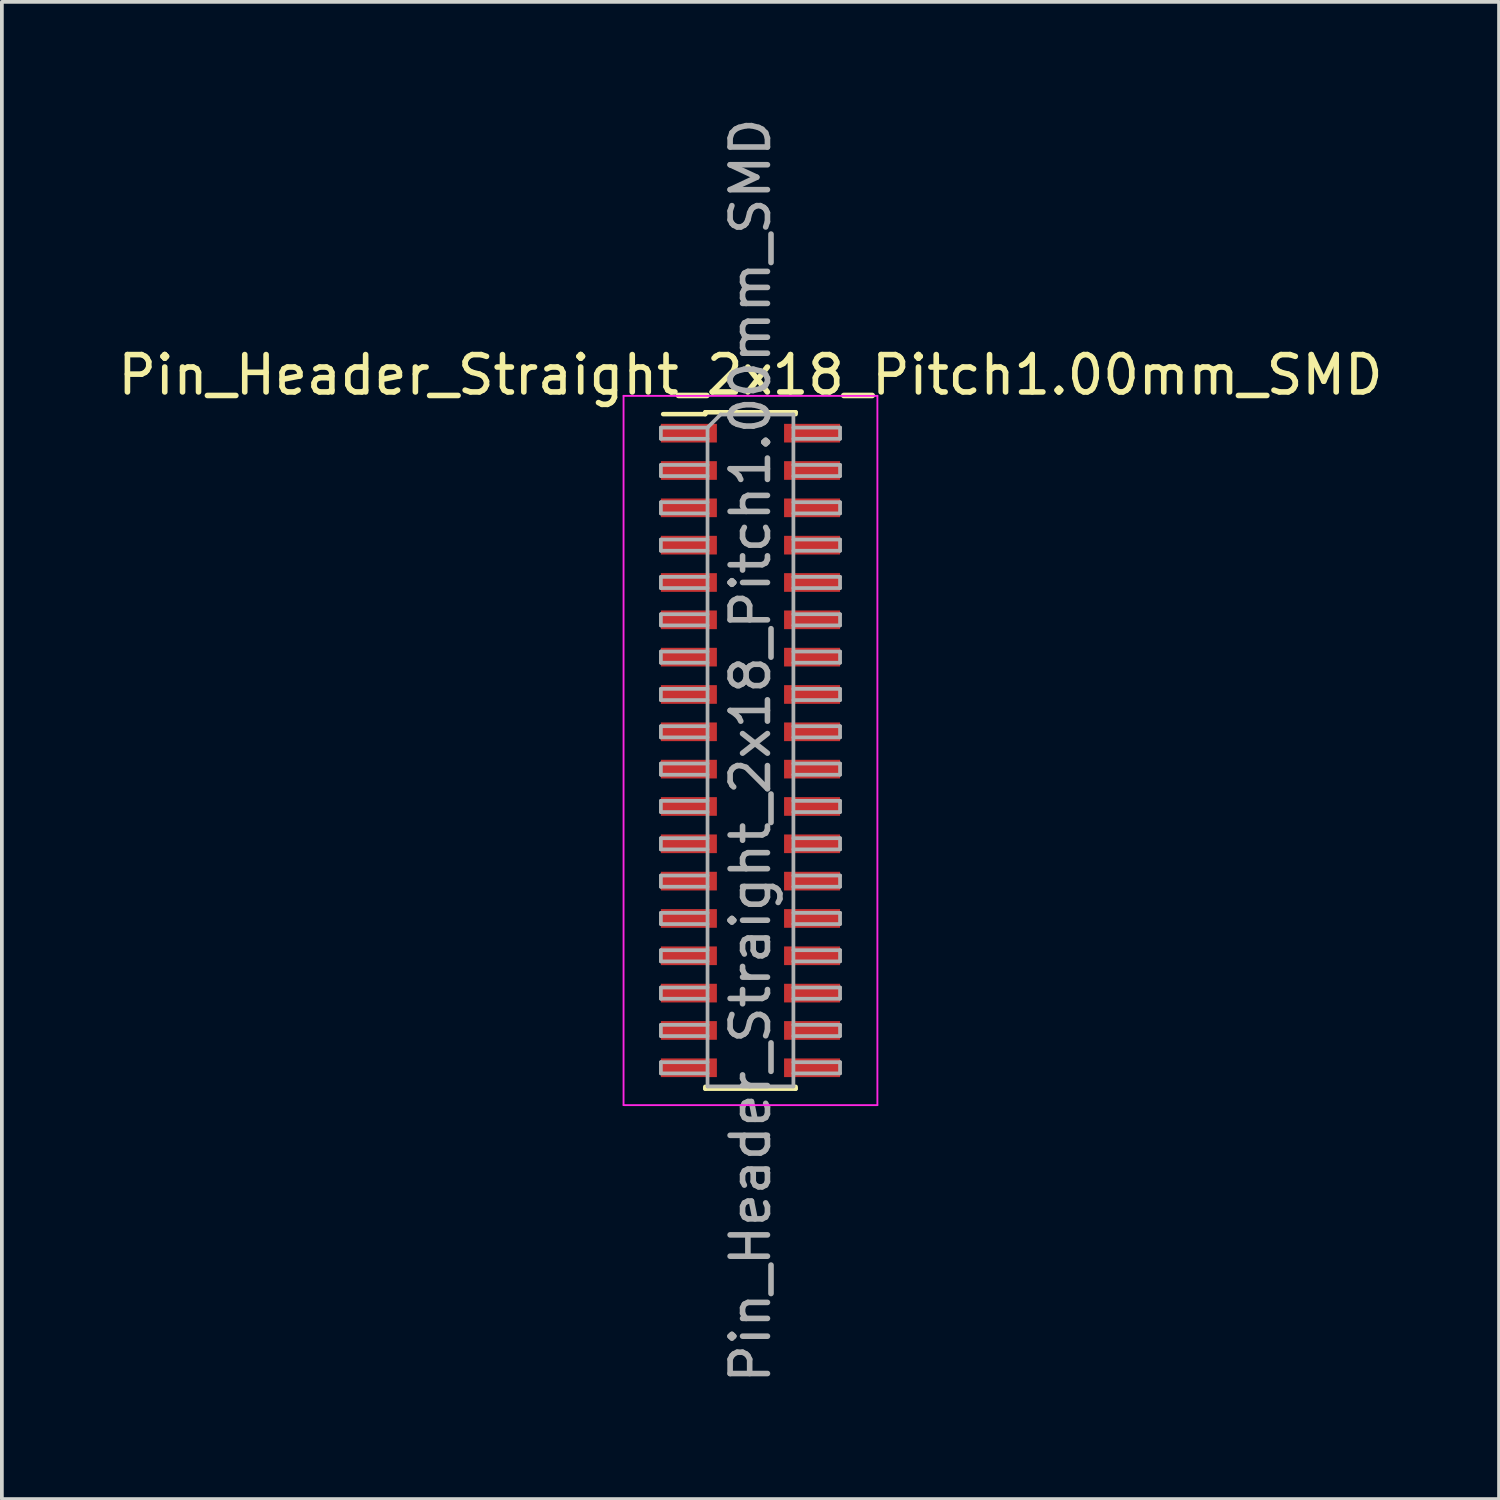
<source format=kicad_pcb>
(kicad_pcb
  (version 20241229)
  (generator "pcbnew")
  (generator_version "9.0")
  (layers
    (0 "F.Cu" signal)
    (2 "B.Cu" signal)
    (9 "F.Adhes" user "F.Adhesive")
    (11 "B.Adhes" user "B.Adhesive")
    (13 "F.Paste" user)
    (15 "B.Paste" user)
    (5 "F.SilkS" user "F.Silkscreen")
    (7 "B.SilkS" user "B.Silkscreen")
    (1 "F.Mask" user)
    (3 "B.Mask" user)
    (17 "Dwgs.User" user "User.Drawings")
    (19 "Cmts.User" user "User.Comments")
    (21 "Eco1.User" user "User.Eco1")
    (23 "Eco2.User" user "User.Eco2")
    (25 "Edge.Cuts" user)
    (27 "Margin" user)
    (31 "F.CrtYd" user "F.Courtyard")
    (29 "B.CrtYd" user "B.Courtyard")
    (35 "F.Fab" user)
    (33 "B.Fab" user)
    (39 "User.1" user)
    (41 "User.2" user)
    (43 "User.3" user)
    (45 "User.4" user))
  (footprint "Pin_Header_Straight_2x18_Pitch1.00mm_SMD"
    (layer "F.Cu")
    (at 17.054 17.054)
    (property "Reference" "Pin_Header_Straight_2x18_Pitch1.00mm_SMD" (at 0 -10.06 0) (layer "F.SilkS") (effects (font (size 1 1) (thickness 0.15))))
    (attr smd)
    (fp_line (start -2.34 -9.01) (end -1.21 -9.01) (stroke (width 0.12) (type solid)) (layer "F.SilkS"))
    (fp_line (start -1.21 -9.06) (end -1.21 -9.01) (stroke (width 0.12) (type solid)) (layer "F.SilkS"))
    (fp_line (start -1.21 -9.06) (end 1.21 -9.06) (stroke (width 0.12) (type solid)) (layer "F.SilkS"))
    (fp_line (start -1.21 9.01) (end -1.21 9.06) (stroke (width 0.12) (type solid)) (layer "F.SilkS"))
    (fp_line (start -1.21 9.06) (end 1.21 9.06) (stroke (width 0.12) (type solid)) (layer "F.SilkS"))
    (fp_line (start 1.21 -9.06) (end 1.21 -9.01) (stroke (width 0.12) (type solid)) (layer "F.SilkS"))
    (fp_line (start 1.21 9.01) (end 1.21 9.06) (stroke (width 0.12) (type solid)) (layer "F.SilkS"))
    (fp_line (start -3.4 -9.5) (end -3.4 9.5) (stroke (width 0.05) (type solid)) (layer "F.CrtYd"))
    (fp_line (start -3.4 9.5) (end 3.4 9.5) (stroke (width 0.05) (type solid)) (layer "F.CrtYd"))
    (fp_line (start 3.4 -9.5) (end -3.4 -9.5) (stroke (width 0.05) (type solid)) (layer "F.CrtYd"))
    (fp_line (start 3.4 9.5) (end 3.4 -9.5) (stroke (width 0.05) (type solid)) (layer "F.CrtYd"))
    (fp_line (start -2.4 -8.65) (end -2.4 -8.35) (stroke (width 0.1) (type solid)) (layer "F.Fab"))
    (fp_line (start -2.4 -8.35) (end -1.15 -8.35) (stroke (width 0.1) (type solid)) (layer "F.Fab"))
    (fp_line (start -2.4 -7.65) (end -2.4 -7.35) (stroke (width 0.1) (type solid)) (layer "F.Fab"))
    (fp_line (start -2.4 -7.35) (end -1.15 -7.35) (stroke (width 0.1) (type solid)) (layer "F.Fab"))
    (fp_line (start -2.4 -6.65) (end -2.4 -6.35) (stroke (width 0.1) (type solid)) (layer "F.Fab"))
    (fp_line (start -2.4 -6.35) (end -1.15 -6.35) (stroke (width 0.1) (type solid)) (layer "F.Fab"))
    (fp_line (start -2.4 -5.65) (end -2.4 -5.35) (stroke (width 0.1) (type solid)) (layer "F.Fab"))
    (fp_line (start -2.4 -5.35) (end -1.15 -5.35) (stroke (width 0.1) (type solid)) (layer "F.Fab"))
    (fp_line (start -2.4 -4.65) (end -2.4 -4.35) (stroke (width 0.1) (type solid)) (layer "F.Fab"))
    (fp_line (start -2.4 -4.35) (end -1.15 -4.35) (stroke (width 0.1) (type solid)) (layer "F.Fab"))
    (fp_line (start -2.4 -3.65) (end -2.4 -3.35) (stroke (width 0.1) (type solid)) (layer "F.Fab"))
    (fp_line (start -2.4 -3.35) (end -1.15 -3.35) (stroke (width 0.1) (type solid)) (layer "F.Fab"))
    (fp_line (start -2.4 -2.65) (end -2.4 -2.35) (stroke (width 0.1) (type solid)) (layer "F.Fab"))
    (fp_line (start -2.4 -2.35) (end -1.15 -2.35) (stroke (width 0.1) (type solid)) (layer "F.Fab"))
    (fp_line (start -2.4 -1.65) (end -2.4 -1.35) (stroke (width 0.1) (type solid)) (layer "F.Fab"))
    (fp_line (start -2.4 -1.35) (end -1.15 -1.35) (stroke (width 0.1) (type solid)) (layer "F.Fab"))
    (fp_line (start -2.4 -0.65) (end -2.4 -0.35) (stroke (width 0.1) (type solid)) (layer "F.Fab"))
    (fp_line (start -2.4 -0.35) (end -1.15 -0.35) (stroke (width 0.1) (type solid)) (layer "F.Fab"))
    (fp_line (start -2.4 0.35) (end -2.4 0.65) (stroke (width 0.1) (type solid)) (layer "F.Fab"))
    (fp_line (start -2.4 0.65) (end -1.15 0.65) (stroke (width 0.1) (type solid)) (layer "F.Fab"))
    (fp_line (start -2.4 1.35) (end -2.4 1.65) (stroke (width 0.1) (type solid)) (layer "F.Fab"))
    (fp_line (start -2.4 1.65) (end -1.15 1.65) (stroke (width 0.1) (type solid)) (layer "F.Fab"))
    (fp_line (start -2.4 2.35) (end -2.4 2.65) (stroke (width 0.1) (type solid)) (layer "F.Fab"))
    (fp_line (start -2.4 2.65) (end -1.15 2.65) (stroke (width 0.1) (type solid)) (layer "F.Fab"))
    (fp_line (start -2.4 3.35) (end -2.4 3.65) (stroke (width 0.1) (type solid)) (layer "F.Fab"))
    (fp_line (start -2.4 3.65) (end -1.15 3.65) (stroke (width 0.1) (type solid)) (layer "F.Fab"))
    (fp_line (start -2.4 4.35) (end -2.4 4.65) (stroke (width 0.1) (type solid)) (layer "F.Fab"))
    (fp_line (start -2.4 4.65) (end -1.15 4.65) (stroke (width 0.1) (type solid)) (layer "F.Fab"))
    (fp_line (start -2.4 5.35) (end -2.4 5.65) (stroke (width 0.1) (type solid)) (layer "F.Fab"))
    (fp_line (start -2.4 5.65) (end -1.15 5.65) (stroke (width 0.1) (type solid)) (layer "F.Fab"))
    (fp_line (start -2.4 6.35) (end -2.4 6.65) (stroke (width 0.1) (type solid)) (layer "F.Fab"))
    (fp_line (start -2.4 6.65) (end -1.15 6.65) (stroke (width 0.1) (type solid)) (layer "F.Fab"))
    (fp_line (start -2.4 7.35) (end -2.4 7.65) (stroke (width 0.1) (type solid)) (layer "F.Fab"))
    (fp_line (start -2.4 7.65) (end -1.15 7.65) (stroke (width 0.1) (type solid)) (layer "F.Fab"))
    (fp_line (start -2.4 8.35) (end -2.4 8.65) (stroke (width 0.1) (type solid)) (layer "F.Fab"))
    (fp_line (start -2.4 8.65) (end -1.15 8.65) (stroke (width 0.1) (type solid)) (layer "F.Fab"))
    (fp_line (start -1.15 -8.65) (end -2.4 -8.65) (stroke (width 0.1) (type solid)) (layer "F.Fab"))
    (fp_line (start -1.15 -8.65) (end -0.8 -9) (stroke (width 0.1) (type solid)) (layer "F.Fab"))
    (fp_line (start -1.15 -7.65) (end -2.4 -7.65) (stroke (width 0.1) (type solid)) (layer "F.Fab"))
    (fp_line (start -1.15 -6.65) (end -2.4 -6.65) (stroke (width 0.1) (type solid)) (layer "F.Fab"))
    (fp_line (start -1.15 -5.65) (end -2.4 -5.65) (stroke (width 0.1) (type solid)) (layer "F.Fab"))
    (fp_line (start -1.15 -4.65) (end -2.4 -4.65) (stroke (width 0.1) (type solid)) (layer "F.Fab"))
    (fp_line (start -1.15 -3.65) (end -2.4 -3.65) (stroke (width 0.1) (type solid)) (layer "F.Fab"))
    (fp_line (start -1.15 -2.65) (end -2.4 -2.65) (stroke (width 0.1) (type solid)) (layer "F.Fab"))
    (fp_line (start -1.15 -1.65) (end -2.4 -1.65) (stroke (width 0.1) (type solid)) (layer "F.Fab"))
    (fp_line (start -1.15 -0.65) (end -2.4 -0.65) (stroke (width 0.1) (type solid)) (layer "F.Fab"))
    (fp_line (start -1.15 0.35) (end -2.4 0.35) (stroke (width 0.1) (type solid)) (layer "F.Fab"))
    (fp_line (start -1.15 1.35) (end -2.4 1.35) (stroke (width 0.1) (type solid)) (layer "F.Fab"))
    (fp_line (start -1.15 2.35) (end -2.4 2.35) (stroke (width 0.1) (type solid)) (layer "F.Fab"))
    (fp_line (start -1.15 3.35) (end -2.4 3.35) (stroke (width 0.1) (type solid)) (layer "F.Fab"))
    (fp_line (start -1.15 4.35) (end -2.4 4.35) (stroke (width 0.1) (type solid)) (layer "F.Fab"))
    (fp_line (start -1.15 5.35) (end -2.4 5.35) (stroke (width 0.1) (type solid)) (layer "F.Fab"))
    (fp_line (start -1.15 6.35) (end -2.4 6.35) (stroke (width 0.1) (type solid)) (layer "F.Fab"))
    (fp_line (start -1.15 7.35) (end -2.4 7.35) (stroke (width 0.1) (type solid)) (layer "F.Fab"))
    (fp_line (start -1.15 8.35) (end -2.4 8.35) (stroke (width 0.1) (type solid)) (layer "F.Fab"))
    (fp_line (start -1.15 9) (end -1.15 -8.65) (stroke (width 0.1) (type solid)) (layer "F.Fab"))
    (fp_line (start -0.8 -9) (end 1.15 -9) (stroke (width 0.1) (type solid)) (layer "F.Fab"))
    (fp_line (start 1.15 -9) (end 1.15 9) (stroke (width 0.1) (type solid)) (layer "F.Fab"))
    (fp_line (start 1.15 -8.65) (end 2.4 -8.65) (stroke (width 0.1) (type solid)) (layer "F.Fab"))
    (fp_line (start 1.15 -7.65) (end 2.4 -7.65) (stroke (width 0.1) (type solid)) (layer "F.Fab"))
    (fp_line (start 1.15 -6.65) (end 2.4 -6.65) (stroke (width 0.1) (type solid)) (layer "F.Fab"))
    (fp_line (start 1.15 -5.65) (end 2.4 -5.65) (stroke (width 0.1) (type solid)) (layer "F.Fab"))
    (fp_line (start 1.15 -4.65) (end 2.4 -4.65) (stroke (width 0.1) (type solid)) (layer "F.Fab"))
    (fp_line (start 1.15 -3.65) (end 2.4 -3.65) (stroke (width 0.1) (type solid)) (layer "F.Fab"))
    (fp_line (start 1.15 -2.65) (end 2.4 -2.65) (stroke (width 0.1) (type solid)) (layer "F.Fab"))
    (fp_line (start 1.15 -1.65) (end 2.4 -1.65) (stroke (width 0.1) (type solid)) (layer "F.Fab"))
    (fp_line (start 1.15 -0.65) (end 2.4 -0.65) (stroke (width 0.1) (type solid)) (layer "F.Fab"))
    (fp_line (start 1.15 0.35) (end 2.4 0.35) (stroke (width 0.1) (type solid)) (layer "F.Fab"))
    (fp_line (start 1.15 1.35) (end 2.4 1.35) (stroke (width 0.1) (type solid)) (layer "F.Fab"))
    (fp_line (start 1.15 2.35) (end 2.4 2.35) (stroke (width 0.1) (type solid)) (layer "F.Fab"))
    (fp_line (start 1.15 3.35) (end 2.4 3.35) (stroke (width 0.1) (type solid)) (layer "F.Fab"))
    (fp_line (start 1.15 4.35) (end 2.4 4.35) (stroke (width 0.1) (type solid)) (layer "F.Fab"))
    (fp_line (start 1.15 5.35) (end 2.4 5.35) (stroke (width 0.1) (type solid)) (layer "F.Fab"))
    (fp_line (start 1.15 6.35) (end 2.4 6.35) (stroke (width 0.1) (type solid)) (layer "F.Fab"))
    (fp_line (start 1.15 7.35) (end 2.4 7.35) (stroke (width 0.1) (type solid)) (layer "F.Fab"))
    (fp_line (start 1.15 8.35) (end 2.4 8.35) (stroke (width 0.1) (type solid)) (layer "F.Fab"))
    (fp_line (start 1.15 9) (end -1.15 9) (stroke (width 0.1) (type solid)) (layer "F.Fab"))
    (fp_line (start 2.4 -8.65) (end 2.4 -8.35) (stroke (width 0.1) (type solid)) (layer "F.Fab"))
    (fp_line (start 2.4 -8.35) (end 1.15 -8.35) (stroke (width 0.1) (type solid)) (layer "F.Fab"))
    (fp_line (start 2.4 -7.65) (end 2.4 -7.35) (stroke (width 0.1) (type solid)) (layer "F.Fab"))
    (fp_line (start 2.4 -7.35) (end 1.15 -7.35) (stroke (width 0.1) (type solid)) (layer "F.Fab"))
    (fp_line (start 2.4 -6.65) (end 2.4 -6.35) (stroke (width 0.1) (type solid)) (layer "F.Fab"))
    (fp_line (start 2.4 -6.35) (end 1.15 -6.35) (stroke (width 0.1) (type solid)) (layer "F.Fab"))
    (fp_line (start 2.4 -5.65) (end 2.4 -5.35) (stroke (width 0.1) (type solid)) (layer "F.Fab"))
    (fp_line (start 2.4 -5.35) (end 1.15 -5.35) (stroke (width 0.1) (type solid)) (layer "F.Fab"))
    (fp_line (start 2.4 -4.65) (end 2.4 -4.35) (stroke (width 0.1) (type solid)) (layer "F.Fab"))
    (fp_line (start 2.4 -4.35) (end 1.15 -4.35) (stroke (width 0.1) (type solid)) (layer "F.Fab"))
    (fp_line (start 2.4 -3.65) (end 2.4 -3.35) (stroke (width 0.1) (type solid)) (layer "F.Fab"))
    (fp_line (start 2.4 -3.35) (end 1.15 -3.35) (stroke (width 0.1) (type solid)) (layer "F.Fab"))
    (fp_line (start 2.4 -2.65) (end 2.4 -2.35) (stroke (width 0.1) (type solid)) (layer "F.Fab"))
    (fp_line (start 2.4 -2.35) (end 1.15 -2.35) (stroke (width 0.1) (type solid)) (layer "F.Fab"))
    (fp_line (start 2.4 -1.65) (end 2.4 -1.35) (stroke (width 0.1) (type solid)) (layer "F.Fab"))
    (fp_line (start 2.4 -1.35) (end 1.15 -1.35) (stroke (width 0.1) (type solid)) (layer "F.Fab"))
    (fp_line (start 2.4 -0.65) (end 2.4 -0.35) (stroke (width 0.1) (type solid)) (layer "F.Fab"))
    (fp_line (start 2.4 -0.35) (end 1.15 -0.35) (stroke (width 0.1) (type solid)) (layer "F.Fab"))
    (fp_line (start 2.4 0.35) (end 2.4 0.65) (stroke (width 0.1) (type solid)) (layer "F.Fab"))
    (fp_line (start 2.4 0.65) (end 1.15 0.65) (stroke (width 0.1) (type solid)) (layer "F.Fab"))
    (fp_line (start 2.4 1.35) (end 2.4 1.65) (stroke (width 0.1) (type solid)) (layer "F.Fab"))
    (fp_line (start 2.4 1.65) (end 1.15 1.65) (stroke (width 0.1) (type solid)) (layer "F.Fab"))
    (fp_line (start 2.4 2.35) (end 2.4 2.65) (stroke (width 0.1) (type solid)) (layer "F.Fab"))
    (fp_line (start 2.4 2.65) (end 1.15 2.65) (stroke (width 0.1) (type solid)) (layer "F.Fab"))
    (fp_line (start 2.4 3.35) (end 2.4 3.65) (stroke (width 0.1) (type solid)) (layer "F.Fab"))
    (fp_line (start 2.4 3.65) (end 1.15 3.65) (stroke (width 0.1) (type solid)) (layer "F.Fab"))
    (fp_line (start 2.4 4.35) (end 2.4 4.65) (stroke (width 0.1) (type solid)) (layer "F.Fab"))
    (fp_line (start 2.4 4.65) (end 1.15 4.65) (stroke (width 0.1) (type solid)) (layer "F.Fab"))
    (fp_line (start 2.4 5.35) (end 2.4 5.65) (stroke (width 0.1) (type solid)) (layer "F.Fab"))
    (fp_line (start 2.4 5.65) (end 1.15 5.65) (stroke (width 0.1) (type solid)) (layer "F.Fab"))
    (fp_line (start 2.4 6.35) (end 2.4 6.65) (stroke (width 0.1) (type solid)) (layer "F.Fab"))
    (fp_line (start 2.4 6.65) (end 1.15 6.65) (stroke (width 0.1) (type solid)) (layer "F.Fab"))
    (fp_line (start 2.4 7.35) (end 2.4 7.65) (stroke (width 0.1) (type solid)) (layer "F.Fab"))
    (fp_line (start 2.4 7.65) (end 1.15 7.65) (stroke (width 0.1) (type solid)) (layer "F.Fab"))
    (fp_line (start 2.4 8.35) (end 2.4 8.65) (stroke (width 0.1) (type solid)) (layer "F.Fab"))
    (fp_line (start 2.4 8.65) (end 1.15 8.65) (stroke (width 0.1) (type solid)) (layer "F.Fab"))
    (fp_text user "${REFERENCE}" (at 0 0 90) (layer "F.Fab") (effects (font (size 1 1) (thickness 0.15))))
    (pad "1" smd rect (at -1.65 -8.5) (size 1.5 0.5) (layers "F.Cu" "F.Mask" "F.Paste"))
    (pad "2" smd rect (at 1.65 -8.5) (size 1.5 0.5) (layers "F.Cu" "F.Mask" "F.Paste"))
    (pad "3" smd rect (at -1.65 -7.5) (size 1.5 0.5) (layers "F.Cu" "F.Mask" "F.Paste"))
    (pad "4" smd rect (at 1.65 -7.5) (size 1.5 0.5) (layers "F.Cu" "F.Mask" "F.Paste"))
    (pad "5" smd rect (at -1.65 -6.5) (size 1.5 0.5) (layers "F.Cu" "F.Mask" "F.Paste"))
    (pad "6" smd rect (at 1.65 -6.5) (size 1.5 0.5) (layers "F.Cu" "F.Mask" "F.Paste"))
    (pad "7" smd rect (at -1.65 -5.5) (size 1.5 0.5) (layers "F.Cu" "F.Mask" "F.Paste"))
    (pad "8" smd rect (at 1.65 -5.5) (size 1.5 0.5) (layers "F.Cu" "F.Mask" "F.Paste"))
    (pad "9" smd rect (at -1.65 -4.5) (size 1.5 0.5) (layers "F.Cu" "F.Mask" "F.Paste"))
    (pad "10" smd rect (at 1.65 -4.5) (size 1.5 0.5) (layers "F.Cu" "F.Mask" "F.Paste"))
    (pad "11" smd rect (at -1.65 -3.5) (size 1.5 0.5) (layers "F.Cu" "F.Mask" "F.Paste"))
    (pad "12" smd rect (at 1.65 -3.5) (size 1.5 0.5) (layers "F.Cu" "F.Mask" "F.Paste"))
    (pad "13" smd rect (at -1.65 -2.5) (size 1.5 0.5) (layers "F.Cu" "F.Mask" "F.Paste"))
    (pad "14" smd rect (at 1.65 -2.5) (size 1.5 0.5) (layers "F.Cu" "F.Mask" "F.Paste"))
    (pad "15" smd rect (at -1.65 -1.5) (size 1.5 0.5) (layers "F.Cu" "F.Mask" "F.Paste"))
    (pad "16" smd rect (at 1.65 -1.5) (size 1.5 0.5) (layers "F.Cu" "F.Mask" "F.Paste"))
    (pad "17" smd rect (at -1.65 -0.5) (size 1.5 0.5) (layers "F.Cu" "F.Mask" "F.Paste"))
    (pad "18" smd rect (at 1.65 -0.5) (size 1.5 0.5) (layers "F.Cu" "F.Mask" "F.Paste"))
    (pad "19" smd rect (at -1.65 0.5) (size 1.5 0.5) (layers "F.Cu" "F.Mask" "F.Paste"))
    (pad "20" smd rect (at 1.65 0.5) (size 1.5 0.5) (layers "F.Cu" "F.Mask" "F.Paste"))
    (pad "21" smd rect (at -1.65 1.5) (size 1.5 0.5) (layers "F.Cu" "F.Mask" "F.Paste"))
    (pad "22" smd rect (at 1.65 1.5) (size 1.5 0.5) (layers "F.Cu" "F.Mask" "F.Paste"))
    (pad "23" smd rect (at -1.65 2.5) (size 1.5 0.5) (layers "F.Cu" "F.Mask" "F.Paste"))
    (pad "24" smd rect (at 1.65 2.5) (size 1.5 0.5) (layers "F.Cu" "F.Mask" "F.Paste"))
    (pad "25" smd rect (at -1.65 3.5) (size 1.5 0.5) (layers "F.Cu" "F.Mask" "F.Paste"))
    (pad "26" smd rect (at 1.65 3.5) (size 1.5 0.5) (layers "F.Cu" "F.Mask" "F.Paste"))
    (pad "27" smd rect (at -1.65 4.5) (size 1.5 0.5) (layers "F.Cu" "F.Mask" "F.Paste"))
    (pad "28" smd rect (at 1.65 4.5) (size 1.5 0.5) (layers "F.Cu" "F.Mask" "F.Paste"))
    (pad "29" smd rect (at -1.65 5.5) (size 1.5 0.5) (layers "F.Cu" "F.Mask" "F.Paste"))
    (pad "30" smd rect (at 1.65 5.5) (size 1.5 0.5) (layers "F.Cu" "F.Mask" "F.Paste"))
    (pad "31" smd rect (at -1.65 6.5) (size 1.5 0.5) (layers "F.Cu" "F.Mask" "F.Paste"))
    (pad "32" smd rect (at 1.65 6.5) (size 1.5 0.5) (layers "F.Cu" "F.Mask" "F.Paste"))
    (pad "33" smd rect (at -1.65 7.5) (size 1.5 0.5) (layers "F.Cu" "F.Mask" "F.Paste"))
    (pad "34" smd rect (at 1.65 7.5) (size 1.5 0.5) (layers "F.Cu" "F.Mask" "F.Paste"))
    (pad "35" smd rect (at -1.65 8.5) (size 1.5 0.5) (layers "F.Cu" "F.Mask" "F.Paste"))
    (pad "36" smd rect (at 1.65 8.5) (size 1.5 0.5) (layers "F.Cu" "F.Mask" "F.Paste")))
  (gr_rect
    (start -3 -3)
    (end 37.107 37.107)
    (stroke (width 0.1) (type default))
    (fill no)
    (layer "Edge.Cuts")))
</source>
